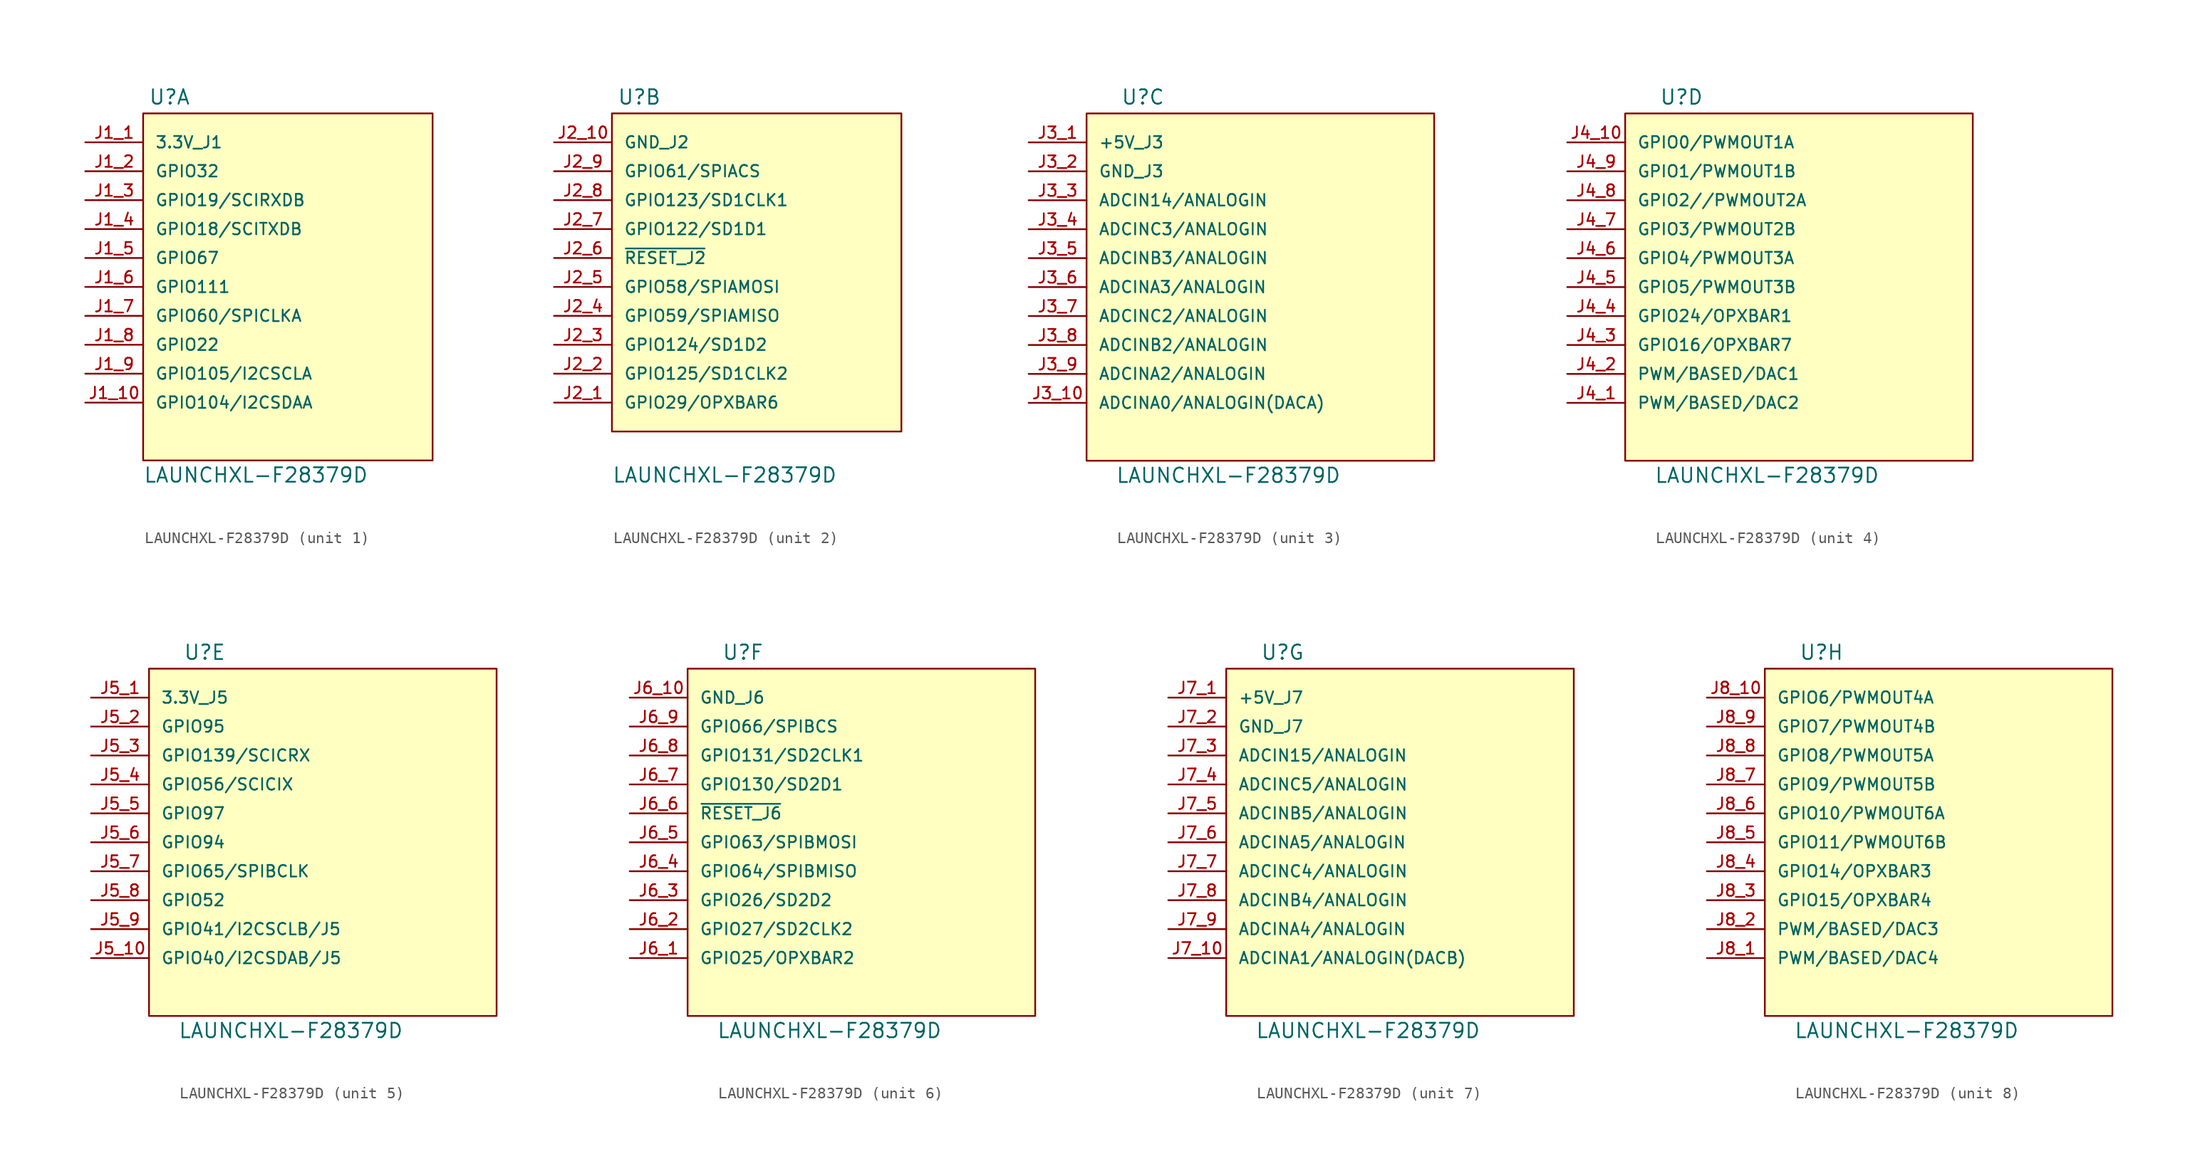
<source format=kicad_sym>
(kicad_symbol_lib
  (version 20231120)
  (generator "kicad_symbol_editor")
  (generator_version "8.0")
  (symbol "LAUNCHXL-F28379D"
    (pin_names
      (offset 1.016))
    (property "Reference" "U"
      (at -12.243 15.926 0)
      (effects (font (size 1.27 1.27)) (justify left bottom)))
    (property "Value" "LAUNCHXL-F28379D"
      (at -12.7 -17.272 0)
      (effects (font (size 1.27 1.27)) (justify left bottom)))
    (symbol "LAUNCHXL-F28379D_1_0"
      (rectangle (start -12.7 -15.24) (end 12.7 15.24) (stroke (width 0.152) (type default)) (fill (type background)))
      (pin power_in line (at -17.78 12.7 0) (length 5.08) (name "3.3V_J1" (effects (font (size 1.016 1.016)))) (number "J1_1" (effects (font (size 1.016 1.016)))))
      (pin bidirectional line (at -17.78 -10.16 0) (length 5.08) (name "GPIO104/I2CSDAA" (effects (font (size 1.016 1.016)))) (number "J1_10" (effects (font (size 1.016 1.016)))))
      (pin bidirectional line (at -17.78 10.16 0) (length 5.08) (name "GPIO32" (effects (font (size 1.016 1.016)))) (number "J1_2" (effects (font (size 1.016 1.016)))))
      (pin bidirectional line (at -17.78 7.62 0) (length 5.08) (name "GPIO19/SCIRXDB" (effects (font (size 1.016 1.016)))) (number "J1_3" (effects (font (size 1.016 1.016)))))
      (pin bidirectional line (at -17.78 5.08 0) (length 5.08) (name "GPIO18/SCITXDB" (effects (font (size 1.016 1.016)))) (number "J1_4" (effects (font (size 1.016 1.016)))))
      (pin bidirectional line (at -17.78 2.54 0) (length 5.08) (name "GPIO67" (effects (font (size 1.016 1.016)))) (number "J1_5" (effects (font (size 1.016 1.016)))))
      (pin bidirectional line (at -17.78 0 0) (length 5.08) (name "GPIO111" (effects (font (size 1.016 1.016)))) (number "J1_6" (effects (font (size 1.016 1.016)))))
      (pin bidirectional line (at -17.78 -2.54 0) (length 5.08) (name "GPIO60/SPICLKA" (effects (font (size 1.016 1.016)))) (number "J1_7" (effects (font (size 1.016 1.016)))))
      (pin bidirectional line (at -17.78 -5.08 0) (length 5.08) (name "GPIO22" (effects (font (size 1.016 1.016)))) (number "J1_8" (effects (font (size 1.016 1.016)))))
      (pin bidirectional line (at -17.78 -7.62 0) (length 5.08) (name "GPIO105/I2CSCLA" (effects (font (size 1.016 1.016)))) (number "J1_9" (effects (font (size 1.016 1.016))))))
    (symbol "LAUNCHXL-F28379D_2_0"
      (rectangle (start -12.7 -12.7) (end 12.7 15.24) (stroke (width 0.152) (type default)) (fill (type background)))
      (pin bidirectional line (at -17.78 -10.16 0) (length 5.08) (name "GPIO29/OPXBAR6" (effects (font (size 1.016 1.016)))) (number "J2_1" (effects (font (size 1.016 1.016)))))
      (pin power_in line (at -17.78 12.7 0) (length 5.08) (name "GND_J2" (effects (font (size 1.016 1.016)))) (number "J2_10" (effects (font (size 1.016 1.016)))))
      (pin bidirectional line (at -17.78 -7.62 0) (length 5.08) (name "GPIO125/SD1CLK2" (effects (font (size 1.016 1.016)))) (number "J2_2" (effects (font (size 1.016 1.016)))))
      (pin bidirectional line (at -17.78 -5.08 0) (length 5.08) (name "GPIO124/SD1D2" (effects (font (size 1.016 1.016)))) (number "J2_3" (effects (font (size 1.016 1.016)))))
      (pin bidirectional line (at -17.78 -2.54 0) (length 5.08) (name "GPIO59/SPIAMISO" (effects (font (size 1.016 1.016)))) (number "J2_4" (effects (font (size 1.016 1.016)))))
      (pin bidirectional line (at -17.78 0 0) (length 5.08) (name "GPIO58/SPIAMOSI" (effects (font (size 1.016 1.016)))) (number "J2_5" (effects (font (size 1.016 1.016)))))
      (pin bidirectional line (at -17.78 2.54 0) (length 5.08) (name "~{RESET_J2}" (effects (font (size 1.016 1.016)))) (number "J2_6" (effects (font (size 1.016 1.016)))))
      (pin bidirectional line (at -17.78 5.08 0) (length 5.08) (name "GPIO122/SD1D1" (effects (font (size 1.016 1.016)))) (number "J2_7" (effects (font (size 1.016 1.016)))))
      (pin bidirectional line (at -17.78 7.62 0) (length 5.08) (name "GPIO123/SD1CLK1" (effects (font (size 1.016 1.016)))) (number "J2_8" (effects (font (size 1.016 1.016)))))
      (pin bidirectional line (at -17.78 10.16 0) (length 5.08) (name "GPIO61/SPIACS" (effects (font (size 1.016 1.016)))) (number "J2_9" (effects (font (size 1.016 1.016))))))
    (symbol "LAUNCHXL-F28379D_3_0"
      (rectangle (start -15.24 -15.24) (end 15.24 15.24) (stroke (width 0.152) (type default)) (fill (type background)))
      (pin power_in line (at -20.32 12.7 0) (length 5.08) (name "+5V_J3" (effects (font (size 1.016 1.016)))) (number "J3_1" (effects (font (size 1.016 1.016)))))
      (pin bidirectional line (at -20.32 -10.16 0) (length 5.08) (name "ADCINA0/ANALOGIN(DACA)" (effects (font (size 1.016 1.016)))) (number "J3_10" (effects (font (size 1.016 1.016)))))
      (pin power_in line (at -20.32 10.16 0) (length 5.08) (name "GND_J3" (effects (font (size 1.016 1.016)))) (number "J3_2" (effects (font (size 1.016 1.016)))))
      (pin bidirectional line (at -20.32 7.62 0) (length 5.08) (name "ADCIN14/ANALOGIN" (effects (font (size 1.016 1.016)))) (number "J3_3" (effects (font (size 1.016 1.016)))))
      (pin bidirectional line (at -20.32 5.08 0) (length 5.08) (name "ADCINC3/ANALOGIN" (effects (font (size 1.016 1.016)))) (number "J3_4" (effects (font (size 1.016 1.016)))))
      (pin bidirectional line (at -20.32 2.54 0) (length 5.08) (name "ADCINB3/ANALOGIN" (effects (font (size 1.016 1.016)))) (number "J3_5" (effects (font (size 1.016 1.016)))))
      (pin bidirectional line (at -20.32 0 0) (length 5.08) (name "ADCINA3/ANALOGIN" (effects (font (size 1.016 1.016)))) (number "J3_6" (effects (font (size 1.016 1.016)))))
      (pin bidirectional line (at -20.32 -2.54 0) (length 5.08) (name "ADCINC2/ANALOGIN" (effects (font (size 1.016 1.016)))) (number "J3_7" (effects (font (size 1.016 1.016)))))
      (pin bidirectional line (at -20.32 -5.08 0) (length 5.08) (name "ADCINB2/ANALOGIN" (effects (font (size 1.016 1.016)))) (number "J3_8" (effects (font (size 1.016 1.016)))))
      (pin bidirectional line (at -20.32 -7.62 0) (length 5.08) (name "ADCINA2/ANALOGIN" (effects (font (size 1.016 1.016)))) (number "J3_9" (effects (font (size 1.016 1.016))))))
    (symbol "LAUNCHXL-F28379D_4_0"
      (rectangle (start -15.24 -15.24) (end 15.24 15.24) (stroke (width 0.152) (type default)) (fill (type background)))
      (pin bidirectional line (at -20.32 -10.16 0) (length 5.08) (name "PWM/BASED/DAC2" (effects (font (size 1.016 1.016)))) (number "J4_1" (effects (font (size 1.016 1.016)))))
      (pin bidirectional line (at -20.32 12.7 0) (length 5.08) (name "GPIO0/PWMOUT1A" (effects (font (size 1.016 1.016)))) (number "J4_10" (effects (font (size 1.016 1.016)))))
      (pin bidirectional line (at -20.32 -7.62 0) (length 5.08) (name "PWM/BASED/DAC1" (effects (font (size 1.016 1.016)))) (number "J4_2" (effects (font (size 1.016 1.016)))))
      (pin bidirectional line (at -20.32 -5.08 0) (length 5.08) (name "GPIO16/OPXBAR7" (effects (font (size 1.016 1.016)))) (number "J4_3" (effects (font (size 1.016 1.016)))))
      (pin bidirectional line (at -20.32 -2.54 0) (length 5.08) (name "GPIO24/OPXBAR1" (effects (font (size 1.016 1.016)))) (number "J4_4" (effects (font (size 1.016 1.016)))))
      (pin bidirectional line (at -20.32 0 0) (length 5.08) (name "GPIO5/PWMOUT3B" (effects (font (size 1.016 1.016)))) (number "J4_5" (effects (font (size 1.016 1.016)))))
      (pin bidirectional line (at -20.32 2.54 0) (length 5.08) (name "GPIO4/PWMOUT3A" (effects (font (size 1.016 1.016)))) (number "J4_6" (effects (font (size 1.016 1.016)))))
      (pin bidirectional line (at -20.32 5.08 0) (length 5.08) (name "GPIO3/PWMOUT2B" (effects (font (size 1.016 1.016)))) (number "J4_7" (effects (font (size 1.016 1.016)))))
      (pin bidirectional line (at -20.32 7.62 0) (length 5.08) (name "GPIO2//PWMOUT2A" (effects (font (size 1.016 1.016)))) (number "J4_8" (effects (font (size 1.016 1.016)))))
      (pin bidirectional line (at -20.32 10.16 0) (length 5.08) (name "GPIO1/PWMOUT1B" (effects (font (size 1.016 1.016)))) (number "J4_9" (effects (font (size 1.016 1.016))))))
    (symbol "LAUNCHXL-F28379D_5_0"
      (rectangle (start -15.24 -15.24) (end 15.24 15.24) (stroke (width 0.152) (type default)) (fill (type background)))
      (pin power_in line (at -20.32 12.7 0) (length 5.08) (name "3.3V_J5" (effects (font (size 1.016 1.016)))) (number "J5_1" (effects (font (size 1.016 1.016)))))
      (pin bidirectional line (at -20.32 -10.16 0) (length 5.08) (name "GPIO40/I2CSDAB/J5" (effects (font (size 1.016 1.016)))) (number "J5_10" (effects (font (size 1.016 1.016)))))
      (pin bidirectional line (at -20.32 10.16 0) (length 5.08) (name "GPIO95" (effects (font (size 1.016 1.016)))) (number "J5_2" (effects (font (size 1.016 1.016)))))
      (pin bidirectional line (at -20.32 7.62 0) (length 5.08) (name "GPIO139/SCICRX" (effects (font (size 1.016 1.016)))) (number "J5_3" (effects (font (size 1.016 1.016)))))
      (pin bidirectional line (at -20.32 5.08 0) (length 5.08) (name "GPIO56/SCICIX" (effects (font (size 1.016 1.016)))) (number "J5_4" (effects (font (size 1.016 1.016)))))
      (pin bidirectional line (at -20.32 2.54 0) (length 5.08) (name "GPIO97" (effects (font (size 1.016 1.016)))) (number "J5_5" (effects (font (size 1.016 1.016)))))
      (pin bidirectional line (at -20.32 0 0) (length 5.08) (name "GPIO94" (effects (font (size 1.016 1.016)))) (number "J5_6" (effects (font (size 1.016 1.016)))))
      (pin bidirectional line (at -20.32 -2.54 0) (length 5.08) (name "GPIO65/SPIBCLK" (effects (font (size 1.016 1.016)))) (number "J5_7" (effects (font (size 1.016 1.016)))))
      (pin bidirectional line (at -20.32 -5.08 0) (length 5.08) (name "GPIO52" (effects (font (size 1.016 1.016)))) (number "J5_8" (effects (font (size 1.016 1.016)))))
      (pin bidirectional line (at -20.32 -7.62 0) (length 5.08) (name "GPIO41/I2CSCLB/J5" (effects (font (size 1.016 1.016)))) (number "J5_9" (effects (font (size 1.016 1.016))))))
    (symbol "LAUNCHXL-F28379D_6_0"
      (rectangle (start -15.24 -15.24) (end 15.24 15.24) (stroke (width 0.152) (type default)) (fill (type background)))
      (pin bidirectional line (at -20.32 -10.16 0) (length 5.08) (name "GPIO25/OPXBAR2" (effects (font (size 1.016 1.016)))) (number "J6_1" (effects (font (size 1.016 1.016)))))
      (pin power_in line (at -20.32 12.7 0) (length 5.08) (name "GND_J6" (effects (font (size 1.016 1.016)))) (number "J6_10" (effects (font (size 1.016 1.016)))))
      (pin bidirectional line (at -20.32 -7.62 0) (length 5.08) (name "GPIO27/SD2CLK2" (effects (font (size 1.016 1.016)))) (number "J6_2" (effects (font (size 1.016 1.016)))))
      (pin bidirectional line (at -20.32 -5.08 0) (length 5.08) (name "GPIO26/SD2D2" (effects (font (size 1.016 1.016)))) (number "J6_3" (effects (font (size 1.016 1.016)))))
      (pin bidirectional line (at -20.32 -2.54 0) (length 5.08) (name "GPIO64/SPIBMISO" (effects (font (size 1.016 1.016)))) (number "J6_4" (effects (font (size 1.016 1.016)))))
      (pin bidirectional line (at -20.32 0 0) (length 5.08) (name "GPIO63/SPIBMOSI" (effects (font (size 1.016 1.016)))) (number "J6_5" (effects (font (size 1.016 1.016)))))
      (pin bidirectional line (at -20.32 2.54 0) (length 5.08) (name "~{RESET_J6}" (effects (font (size 1.016 1.016)))) (number "J6_6" (effects (font (size 1.016 1.016)))))
      (pin bidirectional line (at -20.32 5.08 0) (length 5.08) (name "GPIO130/SD2D1" (effects (font (size 1.016 1.016)))) (number "J6_7" (effects (font (size 1.016 1.016)))))
      (pin bidirectional line (at -20.32 7.62 0) (length 5.08) (name "GPIO131/SD2CLK1" (effects (font (size 1.016 1.016)))) (number "J6_8" (effects (font (size 1.016 1.016)))))
      (pin bidirectional line (at -20.32 10.16 0) (length 5.08) (name "GPIO66/SPIBCS" (effects (font (size 1.016 1.016)))) (number "J6_9" (effects (font (size 1.016 1.016))))))
    (symbol "LAUNCHXL-F28379D_7_0"
      (rectangle (start -15.24 -15.24) (end 15.24 15.24) (stroke (width 0.152) (type default)) (fill (type background)))
      (pin power_in line (at -20.32 12.7 0) (length 5.08) (name "+5V_J7" (effects (font (size 1.016 1.016)))) (number "J7_1" (effects (font (size 1.016 1.016)))))
      (pin bidirectional line (at -20.32 -10.16 0) (length 5.08) (name "ADCINA1/ANALOGIN(DACB)" (effects (font (size 1.016 1.016)))) (number "J7_10" (effects (font (size 1.016 1.016)))))
      (pin power_in line (at -20.32 10.16 0) (length 5.08) (name "GND_J7" (effects (font (size 1.016 1.016)))) (number "J7_2" (effects (font (size 1.016 1.016)))))
      (pin bidirectional line (at -20.32 7.62 0) (length 5.08) (name "ADCIN15/ANALOGIN" (effects (font (size 1.016 1.016)))) (number "J7_3" (effects (font (size 1.016 1.016)))))
      (pin bidirectional line (at -20.32 5.08 0) (length 5.08) (name "ADCINC5/ANALOGIN" (effects (font (size 1.016 1.016)))) (number "J7_4" (effects (font (size 1.016 1.016)))))
      (pin bidirectional line (at -20.32 2.54 0) (length 5.08) (name "ADCINB5/ANALOGIN" (effects (font (size 1.016 1.016)))) (number "J7_5" (effects (font (size 1.016 1.016)))))
      (pin bidirectional line (at -20.32 0 0) (length 5.08) (name "ADCINA5/ANALOGIN" (effects (font (size 1.016 1.016)))) (number "J7_6" (effects (font (size 1.016 1.016)))))
      (pin bidirectional line (at -20.32 -2.54 0) (length 5.08) (name "ADCINC4/ANALOGIN" (effects (font (size 1.016 1.016)))) (number "J7_7" (effects (font (size 1.016 1.016)))))
      (pin bidirectional line (at -20.32 -5.08 0) (length 5.08) (name "ADCINB4/ANALOGIN" (effects (font (size 1.016 1.016)))) (number "J7_8" (effects (font (size 1.016 1.016)))))
      (pin bidirectional line (at -20.32 -7.62 0) (length 5.08) (name "ADCINA4/ANALOGIN" (effects (font (size 1.016 1.016)))) (number "J7_9" (effects (font (size 1.016 1.016))))))
    (symbol "LAUNCHXL-F28379D_8_0"
      (rectangle (start -15.24 -15.24) (end 15.24 15.24) (stroke (width 0.152) (type default)) (fill (type background)))
      (pin bidirectional line (at -20.32 -10.16 0) (length 5.08) (name "PWM/BASED/DAC4" (effects (font (size 1.016 1.016)))) (number "J8_1" (effects (font (size 1.016 1.016)))))
      (pin bidirectional line (at -20.32 12.7 0) (length 5.08) (name "GPIO6/PWMOUT4A" (effects (font (size 1.016 1.016)))) (number "J8_10" (effects (font (size 1.016 1.016)))))
      (pin bidirectional line (at -20.32 -7.62 0) (length 5.08) (name "PWM/BASED/DAC3" (effects (font (size 1.016 1.016)))) (number "J8_2" (effects (font (size 1.016 1.016)))))
      (pin bidirectional line (at -20.32 -5.08 0) (length 5.08) (name "GPIO15/OPXBAR4" (effects (font (size 1.016 1.016)))) (number "J8_3" (effects (font (size 1.016 1.016)))))
      (pin bidirectional line (at -20.32 -2.54 0) (length 5.08) (name "GPIO14/OPXBAR3" (effects (font (size 1.016 1.016)))) (number "J8_4" (effects (font (size 1.016 1.016)))))
      (pin bidirectional line (at -20.32 0 0) (length 5.08) (name "GPIO11/PWMOUT6B" (effects (font (size 1.016 1.016)))) (number "J8_5" (effects (font (size 1.016 1.016)))))
      (pin bidirectional line (at -20.32 2.54 0) (length 5.08) (name "GPIO10/PWMOUT6A" (effects (font (size 1.016 1.016)))) (number "J8_6" (effects (font (size 1.016 1.016)))))
      (pin bidirectional line (at -20.32 5.08 0) (length 5.08) (name "GPIO9/PWMOUT5B" (effects (font (size 1.016 1.016)))) (number "J8_7" (effects (font (size 1.016 1.016)))))
      (pin bidirectional line (at -20.32 7.62 0) (length 5.08) (name "GPIO8/PWMOUT5A" (effects (font (size 1.016 1.016)))) (number "J8_8" (effects (font (size 1.016 1.016)))))
      (pin bidirectional line (at -20.32 10.16 0) (length 5.08) (name "GPIO7/PWMOUT4B" (effects (font (size 1.016 1.016)))) (number "J8_9" (effects (font (size 1.016 1.016))))))))
</source>
